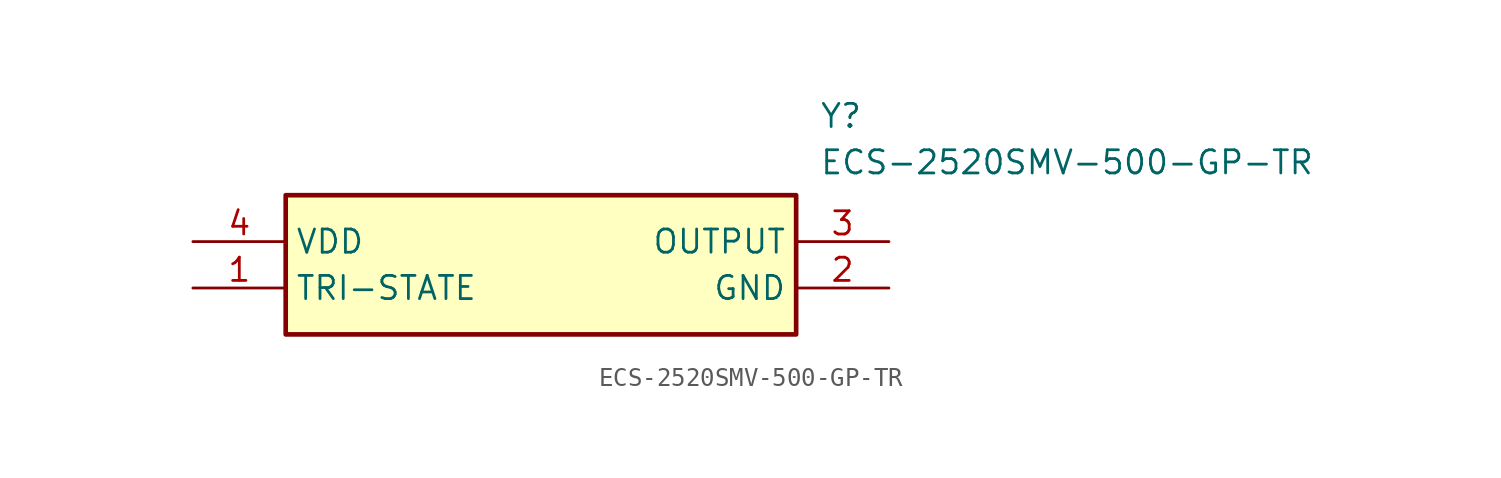
<source format=kicad_sym>
(kicad_symbol_lib
  (version 20211014)
  (generator SamacSys_ECAD_Model)
  (symbol "ECS-2520SMV-500-GP-TR"
    (property "Reference" "Y"
      (at 34.29 7.62 0)
      (effects (font (size 1.27 1.27)) (justify left top)))
    (property "Value" "ECS-2520SMV-500-GP-TR"
      (at 34.29 5.08 0)
      (effects (font (size 1.27 1.27)) (justify left top)))
    (rectangle
      (start 5.08 2.54)
      (end 33.02 -5.08)
      (stroke (width 0.254) (type default))
      (fill (type background)))
    (pin passive line
      (at 0 -2.54 0)
      (length 5.08)
      (name "TRI-STATE" (effects (font (size 1.27 1.27))))
      (number "1" (effects (font (size 1.27 1.27)))))
    (pin passive line
      (at 38.1 -2.54 180)
      (length 5.08)
      (name "GND" (effects (font (size 1.27 1.27))))
      (number "2" (effects (font (size 1.27 1.27)))))
    (pin passive line
      (at 38.1 0 180)
      (length 5.08)
      (name "OUTPUT" (effects (font (size 1.27 1.27))))
      (number "3" (effects (font (size 1.27 1.27)))))
    (pin passive line
      (at 0 0 0)
      (length 5.08)
      (name "VDD" (effects (font (size 1.27 1.27))))
      (number "4" (effects (font (size 1.27 1.27)))))))
</source>
